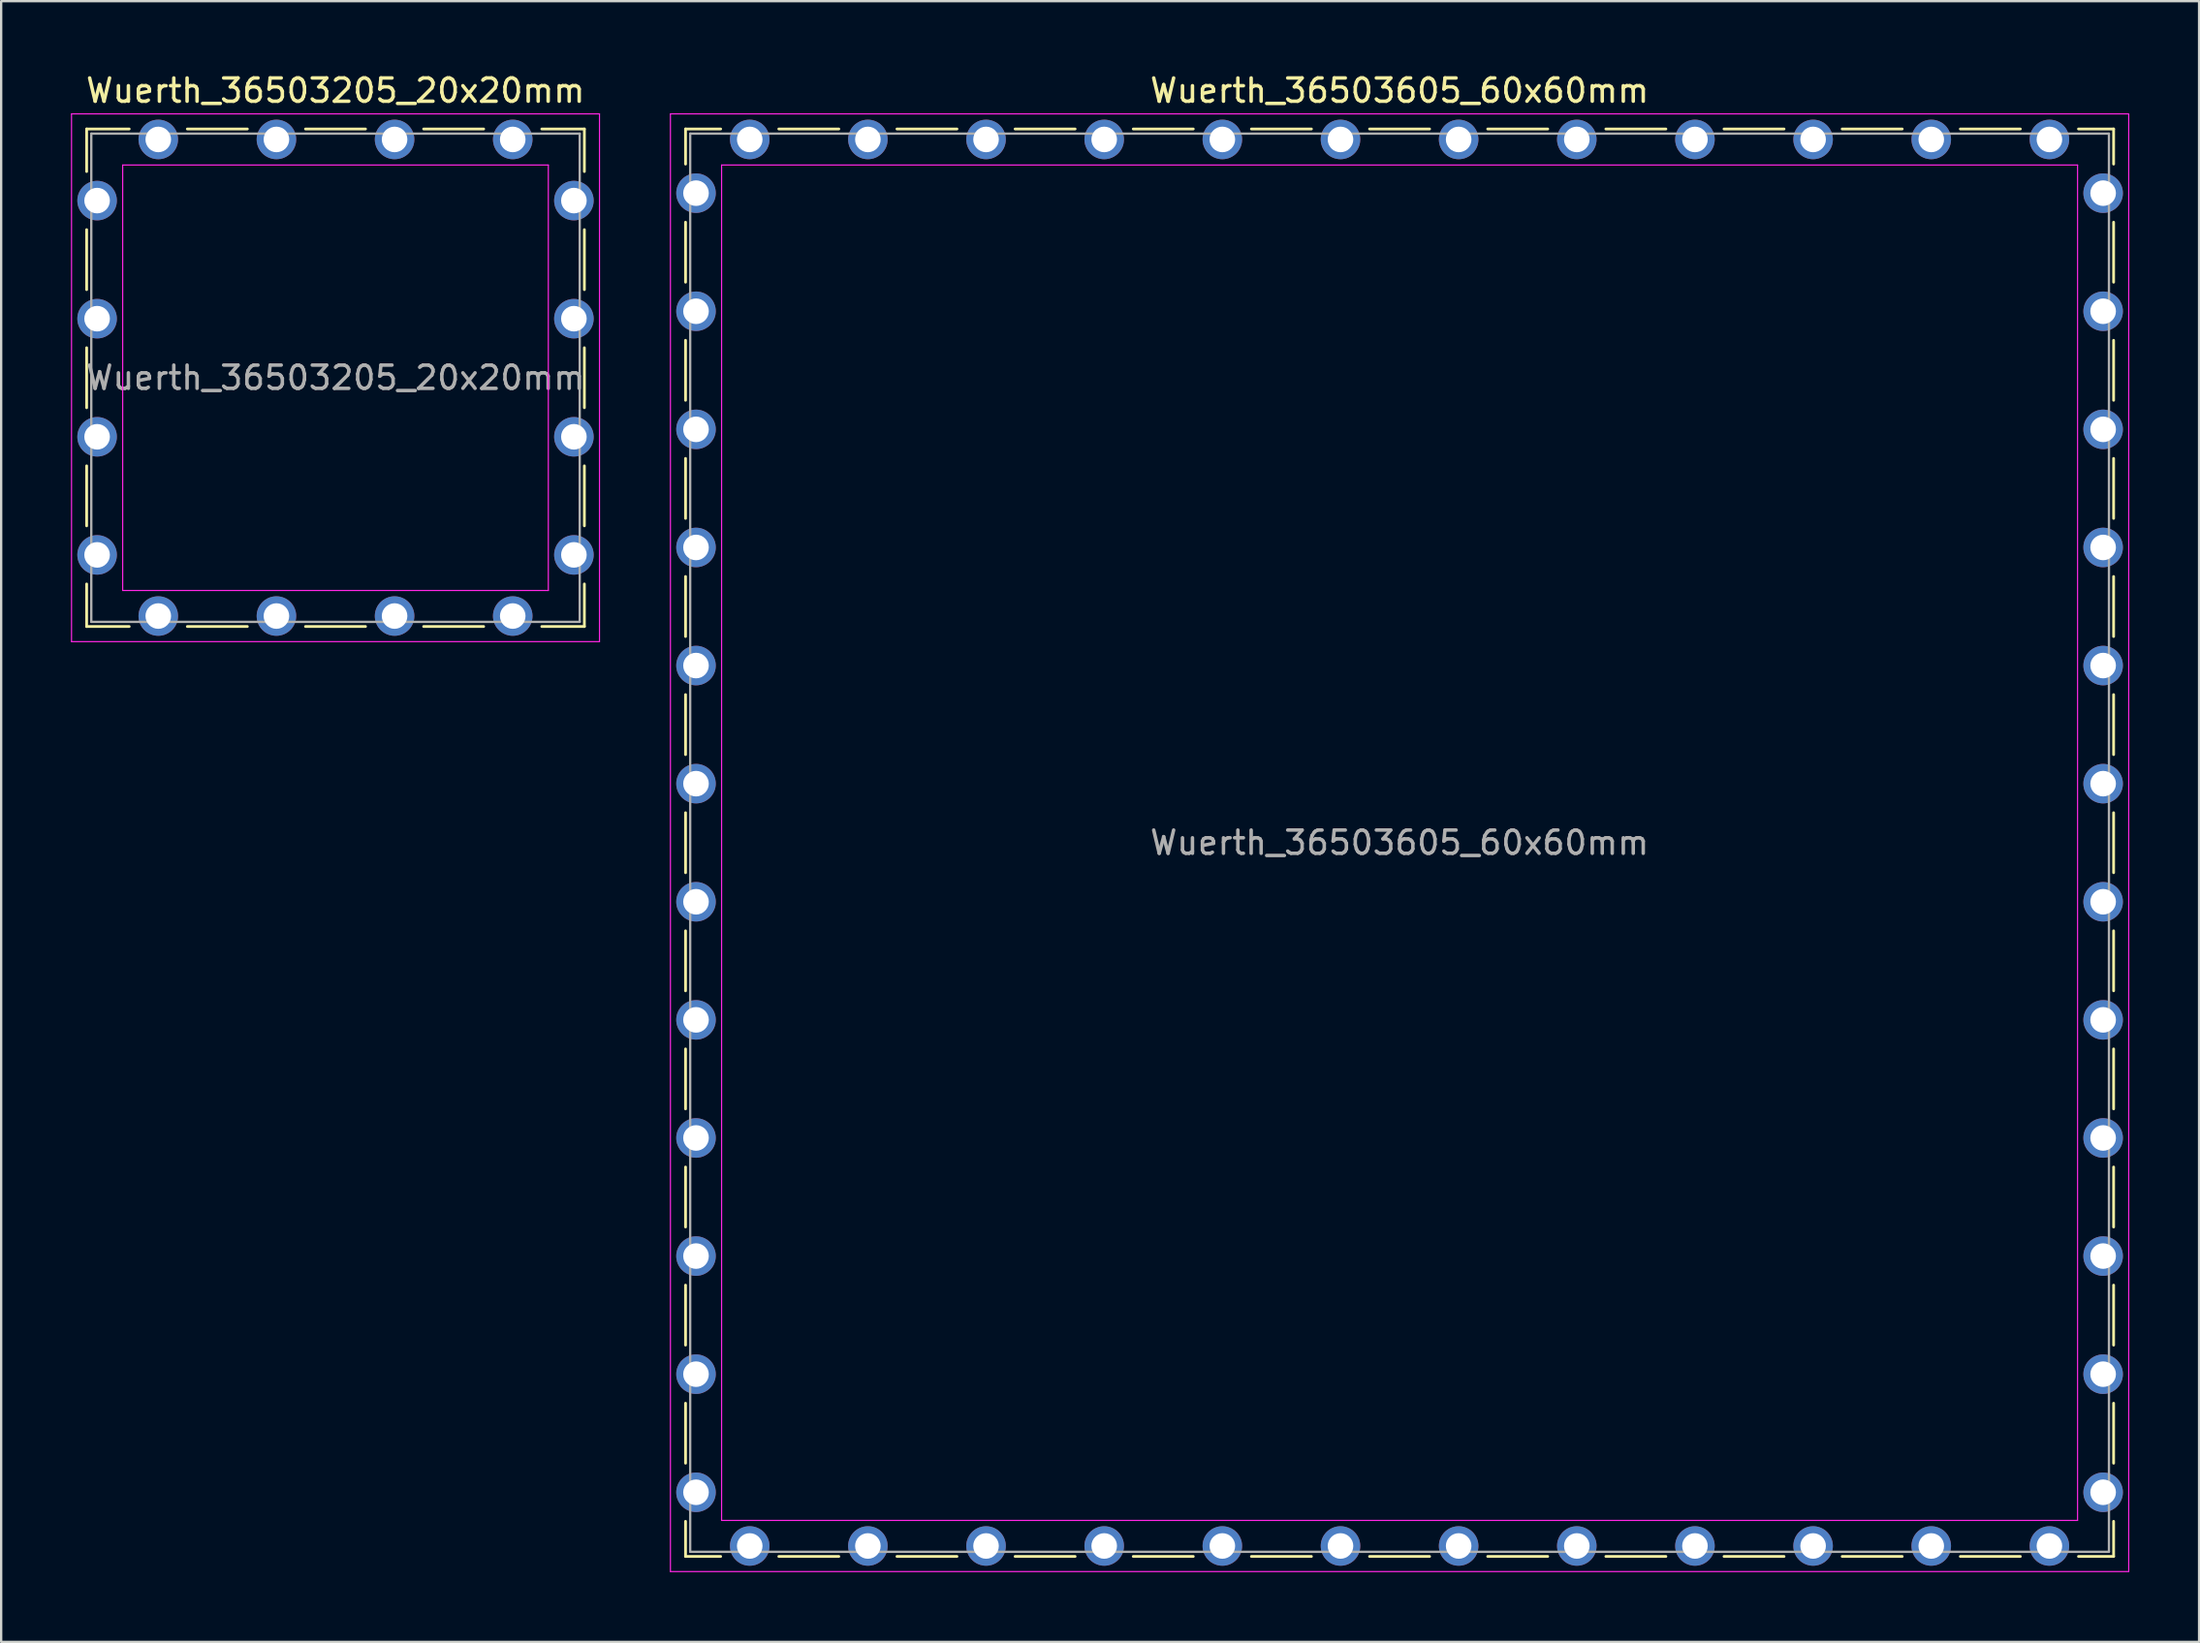
<source format=kicad_pcb>
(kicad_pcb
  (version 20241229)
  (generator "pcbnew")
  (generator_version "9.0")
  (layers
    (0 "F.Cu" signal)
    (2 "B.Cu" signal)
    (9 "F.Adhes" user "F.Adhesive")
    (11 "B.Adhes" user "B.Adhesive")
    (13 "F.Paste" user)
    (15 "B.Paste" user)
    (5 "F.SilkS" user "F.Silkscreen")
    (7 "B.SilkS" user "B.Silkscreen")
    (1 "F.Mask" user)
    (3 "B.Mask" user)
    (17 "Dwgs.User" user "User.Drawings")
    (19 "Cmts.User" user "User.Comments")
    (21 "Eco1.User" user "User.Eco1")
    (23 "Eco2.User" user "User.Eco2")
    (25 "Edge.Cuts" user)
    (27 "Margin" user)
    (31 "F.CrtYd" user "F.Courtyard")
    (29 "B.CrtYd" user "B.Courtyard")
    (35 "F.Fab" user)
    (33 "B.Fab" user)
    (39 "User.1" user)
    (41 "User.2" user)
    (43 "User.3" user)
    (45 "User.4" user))
  (footprint "Wuerth_36503205_20x20mm"
    (layer "F.Cu")
    (at 11.375 13.198)
    (property "Reference" "Wuerth_36503205_20x20mm" (at 0 -12.35 0) (layer "F.SilkS") (effects (font (size 1 1) (thickness 0.15))))
    (attr through_hole)
    (fp_line (start -10.7 -10.7) (end -8.87 -10.7) (stroke (width 0.12) (type solid)) (layer "F.SilkS"))
    (fp_line (start -10.7 -8.87) (end -10.7 -10.7) (stroke (width 0.12) (type solid)) (layer "F.SilkS"))
    (fp_line (start -10.7 -3.79) (end -10.7 -6.37) (stroke (width 0.12) (type solid)) (layer "F.SilkS"))
    (fp_line (start -10.7 -1.29) (end -10.7 1.29) (stroke (width 0.12) (type solid)) (layer "F.SilkS"))
    (fp_line (start -10.7 3.79) (end -10.7 6.37) (stroke (width 0.12) (type solid)) (layer "F.SilkS"))
    (fp_line (start -10.7 8.87) (end -10.7 10.7) (stroke (width 0.12) (type solid)) (layer "F.SilkS"))
    (fp_line (start -10.7 10.7) (end -8.87 10.7) (stroke (width 0.12) (type solid)) (layer "F.SilkS"))
    (fp_line (start -3.79 -10.7) (end -6.37 -10.7) (stroke (width 0.12) (type solid)) (layer "F.SilkS"))
    (fp_line (start -3.79 10.7) (end -6.37 10.7) (stroke (width 0.12) (type solid)) (layer "F.SilkS"))
    (fp_line (start 1.29 -10.7) (end -1.29 -10.7) (stroke (width 0.12) (type solid)) (layer "F.SilkS"))
    (fp_line (start 1.29 10.7) (end -1.29 10.7) (stroke (width 0.12) (type solid)) (layer "F.SilkS"))
    (fp_line (start 3.79 -10.7) (end 6.37 -10.7) (stroke (width 0.12) (type solid)) (layer "F.SilkS"))
    (fp_line (start 3.79 10.7) (end 6.37 10.7) (stroke (width 0.12) (type solid)) (layer "F.SilkS"))
    (fp_line (start 10.7 -10.7) (end 8.87 -10.7) (stroke (width 0.12) (type solid)) (layer "F.SilkS"))
    (fp_line (start 10.7 -8.87) (end 10.7 -10.7) (stroke (width 0.12) (type solid)) (layer "F.SilkS"))
    (fp_line (start 10.7 -3.79) (end 10.7 -6.37) (stroke (width 0.12) (type solid)) (layer "F.SilkS"))
    (fp_line (start 10.7 1.29) (end 10.7 -1.29) (stroke (width 0.12) (type solid)) (layer "F.SilkS"))
    (fp_line (start 10.7 3.79) (end 10.7 6.37) (stroke (width 0.12) (type solid)) (layer "F.SilkS"))
    (fp_line (start 10.7 8.87) (end 10.7 10.7) (stroke (width 0.12) (type solid)) (layer "F.SilkS"))
    (fp_line (start 10.7 10.7) (end 8.87 10.7) (stroke (width 0.12) (type solid)) (layer "F.SilkS"))
    (fp_line (start -11.35 -11.35) (end -11.35 11.35) (stroke (width 0.05) (type solid)) (layer "F.CrtYd"))
    (fp_line (start -11.35 11.35) (end 11.35 11.35) (stroke (width 0.05) (type solid)) (layer "F.CrtYd"))
    (fp_line (start -9.15 -9.15) (end -9.15 9.15) (stroke (width 0.05) (type solid)) (layer "F.CrtYd"))
    (fp_line (start -9.15 9.15) (end 9.15 9.15) (stroke (width 0.05) (type solid)) (layer "F.CrtYd"))
    (fp_line (start 9.15 -9.15) (end -9.15 -9.15) (stroke (width 0.05) (type solid)) (layer "F.CrtYd"))
    (fp_line (start 9.15 9.15) (end 9.15 -9.15) (stroke (width 0.05) (type solid)) (layer "F.CrtYd"))
    (fp_line (start 11.35 -11.35) (end -11.35 -11.35) (stroke (width 0.05) (type solid)) (layer "F.CrtYd"))
    (fp_line (start 11.35 11.35) (end 11.35 -11.35) (stroke (width 0.05) (type solid)) (layer "F.CrtYd"))
    (fp_line (start -10.5 -10.5) (end -10.5 10.5) (stroke (width 0.1) (type solid)) (layer "F.Fab"))
    (fp_line (start -10.5 10.5) (end 10.5 10.5) (stroke (width 0.1) (type solid)) (layer "F.Fab"))
    (fp_line (start 10.5 -10.5) (end -10.5 -10.5) (stroke (width 0.1) (type solid)) (layer "F.Fab"))
    (fp_line (start 10.5 10.5) (end 10.5 -10.5) (stroke (width 0.1) (type solid)) (layer "F.Fab"))
    (fp_text user "${REFERENCE}" (at 0 0 0) (layer "F.Fab") (effects (font (size 1 1) (thickness 0.15))))
    (pad "1" thru_hole circle (at -10.25 -7.62) (size 1.7 1.7) (drill 1.1) (layers "*.Cu" "*.Mask"))
    (pad "1" thru_hole circle (at -10.25 -2.54) (size 1.7 1.7) (drill 1.1) (layers "*.Cu" "*.Mask"))
    (pad "1" thru_hole circle (at -10.25 2.54) (size 1.7 1.7) (drill 1.1) (layers "*.Cu" "*.Mask"))
    (pad "1" thru_hole circle (at -10.25 7.62) (size 1.7 1.7) (drill 1.1) (layers "*.Cu" "*.Mask"))
    (pad "1" thru_hole circle (at -7.62 -10.25) (size 1.7 1.7) (drill 1.1) (layers "*.Cu" "*.Mask"))
    (pad "1" thru_hole circle (at -7.62 10.25) (size 1.7 1.7) (drill 1.1) (layers "*.Cu" "*.Mask"))
    (pad "1" thru_hole circle (at -2.54 -10.25) (size 1.7 1.7) (drill 1.1) (layers "*.Cu" "*.Mask"))
    (pad "1" thru_hole circle (at -2.54 10.25) (size 1.7 1.7) (drill 1.1) (layers "*.Cu" "*.Mask"))
    (pad "1" thru_hole circle (at 2.54 -10.25) (size 1.7 1.7) (drill 1.1) (layers "*.Cu" "*.Mask"))
    (pad "1" thru_hole circle (at 2.54 10.25) (size 1.7 1.7) (drill 1.1) (layers "*.Cu" "*.Mask"))
    (pad "1" thru_hole circle (at 7.62 -10.25) (size 1.7 1.7) (drill 1.1) (layers "*.Cu" "*.Mask"))
    (pad "1" thru_hole circle (at 7.62 10.25) (size 1.7 1.7) (drill 1.1) (layers "*.Cu" "*.Mask"))
    (pad "1" thru_hole circle (at 10.25 -7.62) (size 1.7 1.7) (drill 1.1) (layers "*.Cu" "*.Mask"))
    (pad "1" thru_hole circle (at 10.25 -2.54) (size 1.7 1.7) (drill 1.1) (layers "*.Cu" "*.Mask"))
    (pad "1" thru_hole circle (at 10.25 2.54) (size 1.7 1.7) (drill 1.1) (layers "*.Cu" "*.Mask"))
    (pad "1" thru_hole circle (at 10.25 7.62) (size 1.7 1.7) (drill 1.1) (layers "*.Cu" "*.Mask")))
  (footprint "Wuerth_36503605_60x60mm"
    (layer "F.Cu")
    (at 57.125 33.198)
    (property "Reference" "Wuerth_36503605_60x60mm" (at 0 -32.35 0) (layer "F.SilkS") (effects (font (size 1 1) (thickness 0.15))))
    (attr through_hole)
    (fp_line (start -30.7 -30.7) (end -29.19 -30.7) (stroke (width 0.12) (type solid)) (layer "F.SilkS"))
    (fp_line (start -30.7 -29.19) (end -30.7 -30.7) (stroke (width 0.12) (type solid)) (layer "F.SilkS"))
    (fp_line (start -30.7 -24.11) (end -30.7 -26.69) (stroke (width 0.12) (type solid)) (layer "F.SilkS"))
    (fp_line (start -30.7 -19.03) (end -30.7 -21.61) (stroke (width 0.12) (type solid)) (layer "F.SilkS"))
    (fp_line (start -30.7 -13.95) (end -30.7 -16.53) (stroke (width 0.12) (type solid)) (layer "F.SilkS"))
    (fp_line (start -30.7 -8.87) (end -30.7 -11.45) (stroke (width 0.12) (type solid)) (layer "F.SilkS"))
    (fp_line (start -30.7 -3.79) (end -30.7 -6.37) (stroke (width 0.12) (type solid)) (layer "F.SilkS"))
    (fp_line (start -30.7 -1.29) (end -30.7 1.29) (stroke (width 0.12) (type solid)) (layer "F.SilkS"))
    (fp_line (start -30.7 3.79) (end -30.7 6.37) (stroke (width 0.12) (type solid)) (layer "F.SilkS"))
    (fp_line (start -30.7 8.87) (end -30.7 11.45) (stroke (width 0.12) (type solid)) (layer "F.SilkS"))
    (fp_line (start -30.7 13.95) (end -30.7 16.53) (stroke (width 0.12) (type solid)) (layer "F.SilkS"))
    (fp_line (start -30.7 19.03) (end -30.7 21.61) (stroke (width 0.12) (type solid)) (layer "F.SilkS"))
    (fp_line (start -30.7 24.11) (end -30.7 26.69) (stroke (width 0.12) (type solid)) (layer "F.SilkS"))
    (fp_line (start -30.7 29.19) (end -30.7 30.7) (stroke (width 0.12) (type solid)) (layer "F.SilkS"))
    (fp_line (start -30.7 30.7) (end -29.19 30.7) (stroke (width 0.12) (type solid)) (layer "F.SilkS"))
    (fp_line (start -24.11 -30.7) (end -26.69 -30.7) (stroke (width 0.12) (type solid)) (layer "F.SilkS"))
    (fp_line (start -24.11 30.7) (end -26.69 30.7) (stroke (width 0.12) (type solid)) (layer "F.SilkS"))
    (fp_line (start -19.03 -30.7) (end -21.61 -30.7) (stroke (width 0.12) (type solid)) (layer "F.SilkS"))
    (fp_line (start -19.03 30.7) (end -21.61 30.7) (stroke (width 0.12) (type solid)) (layer "F.SilkS"))
    (fp_line (start -13.95 -30.7) (end -16.53 -30.7) (stroke (width 0.12) (type solid)) (layer "F.SilkS"))
    (fp_line (start -13.95 30.7) (end -16.53 30.7) (stroke (width 0.12) (type solid)) (layer "F.SilkS"))
    (fp_line (start -8.87 -30.7) (end -11.45 -30.7) (stroke (width 0.12) (type solid)) (layer "F.SilkS"))
    (fp_line (start -8.87 30.7) (end -11.45 30.7) (stroke (width 0.12) (type solid)) (layer "F.SilkS"))
    (fp_line (start -3.79 -30.7) (end -6.37 -30.7) (stroke (width 0.12) (type solid)) (layer "F.SilkS"))
    (fp_line (start -3.79 30.7) (end -6.37 30.7) (stroke (width 0.12) (type solid)) (layer "F.SilkS"))
    (fp_line (start 1.29 -30.7) (end -1.29 -30.7) (stroke (width 0.12) (type solid)) (layer "F.SilkS"))
    (fp_line (start 1.29 30.7) (end -1.29 30.7) (stroke (width 0.12) (type solid)) (layer "F.SilkS"))
    (fp_line (start 3.79 -30.7) (end 6.37 -30.7) (stroke (width 0.12) (type solid)) (layer "F.SilkS"))
    (fp_line (start 3.79 30.7) (end 6.37 30.7) (stroke (width 0.12) (type solid)) (layer "F.SilkS"))
    (fp_line (start 8.87 -30.7) (end 11.45 -30.7) (stroke (width 0.12) (type solid)) (layer "F.SilkS"))
    (fp_line (start 8.87 30.7) (end 11.45 30.7) (stroke (width 0.12) (type solid)) (layer "F.SilkS"))
    (fp_line (start 13.95 -30.7) (end 16.53 -30.7) (stroke (width 0.12) (type solid)) (layer "F.SilkS"))
    (fp_line (start 13.95 30.7) (end 16.53 30.7) (stroke (width 0.12) (type solid)) (layer "F.SilkS"))
    (fp_line (start 19.03 -30.7) (end 21.61 -30.7) (stroke (width 0.12) (type solid)) (layer "F.SilkS"))
    (fp_line (start 19.03 30.7) (end 21.61 30.7) (stroke (width 0.12) (type solid)) (layer "F.SilkS"))
    (fp_line (start 24.11 -30.7) (end 26.69 -30.7) (stroke (width 0.12) (type solid)) (layer "F.SilkS"))
    (fp_line (start 24.11 30.7) (end 26.69 30.7) (stroke (width 0.12) (type solid)) (layer "F.SilkS"))
    (fp_line (start 30.7 -30.7) (end 29.19 -30.7) (stroke (width 0.12) (type solid)) (layer "F.SilkS"))
    (fp_line (start 30.7 -29.19) (end 30.7 -30.7) (stroke (width 0.12) (type solid)) (layer "F.SilkS"))
    (fp_line (start 30.7 -24.11) (end 30.7 -26.69) (stroke (width 0.12) (type solid)) (layer "F.SilkS"))
    (fp_line (start 30.7 -19.03) (end 30.7 -21.61) (stroke (width 0.12) (type solid)) (layer "F.SilkS"))
    (fp_line (start 30.7 -13.95) (end 30.7 -16.53) (stroke (width 0.12) (type solid)) (layer "F.SilkS"))
    (fp_line (start 30.7 -8.87) (end 30.7 -11.45) (stroke (width 0.12) (type solid)) (layer "F.SilkS"))
    (fp_line (start 30.7 -3.79) (end 30.7 -6.37) (stroke (width 0.12) (type solid)) (layer "F.SilkS"))
    (fp_line (start 30.7 1.29) (end 30.7 -1.29) (stroke (width 0.12) (type solid)) (layer "F.SilkS"))
    (fp_line (start 30.7 3.79) (end 30.7 6.37) (stroke (width 0.12) (type solid)) (layer "F.SilkS"))
    (fp_line (start 30.7 8.87) (end 30.7 11.45) (stroke (width 0.12) (type solid)) (layer "F.SilkS"))
    (fp_line (start 30.7 13.95) (end 30.7 16.53) (stroke (width 0.12) (type solid)) (layer "F.SilkS"))
    (fp_line (start 30.7 19.03) (end 30.7 21.61) (stroke (width 0.12) (type solid)) (layer "F.SilkS"))
    (fp_line (start 30.7 24.11) (end 30.7 26.69) (stroke (width 0.12) (type solid)) (layer "F.SilkS"))
    (fp_line (start 30.7 29.19) (end 30.7 30.7) (stroke (width 0.12) (type solid)) (layer "F.SilkS"))
    (fp_line (start 30.7 30.7) (end 29.19 30.7) (stroke (width 0.12) (type solid)) (layer "F.SilkS"))
    (fp_line (start -31.35 -31.35) (end -31.35 31.35) (stroke (width 0.05) (type solid)) (layer "F.CrtYd"))
    (fp_line (start -31.35 31.35) (end 31.35 31.35) (stroke (width 0.05) (type solid)) (layer "F.CrtYd"))
    (fp_line (start -29.15 -29.15) (end -29.15 29.15) (stroke (width 0.05) (type solid)) (layer "F.CrtYd"))
    (fp_line (start -29.15 29.15) (end 29.15 29.15) (stroke (width 0.05) (type solid)) (layer "F.CrtYd"))
    (fp_line (start 29.15 -29.15) (end -29.15 -29.15) (stroke (width 0.05) (type solid)) (layer "F.CrtYd"))
    (fp_line (start 29.15 29.15) (end 29.15 -29.15) (stroke (width 0.05) (type solid)) (layer "F.CrtYd"))
    (fp_line (start 31.35 -31.35) (end -31.35 -31.35) (stroke (width 0.05) (type solid)) (layer "F.CrtYd"))
    (fp_line (start 31.35 31.35) (end 31.35 -31.35) (stroke (width 0.05) (type solid)) (layer "F.CrtYd"))
    (fp_line (start -30.5 -30.5) (end -30.5 30.5) (stroke (width 0.1) (type solid)) (layer "F.Fab"))
    (fp_line (start -30.5 30.5) (end 30.5 30.5) (stroke (width 0.1) (type solid)) (layer "F.Fab"))
    (fp_line (start 30.5 -30.5) (end -30.5 -30.5) (stroke (width 0.1) (type solid)) (layer "F.Fab"))
    (fp_line (start 30.5 30.5) (end 30.5 -30.5) (stroke (width 0.1) (type solid)) (layer "F.Fab"))
    (fp_text user "${REFERENCE}" (at 0 0 0) (layer "F.Fab") (effects (font (size 1 1) (thickness 0.15))))
    (pad "1" thru_hole circle (at -30.25 -27.94) (size 1.7 1.7) (drill 1.1) (layers "*.Cu" "*.Mask"))
    (pad "1" thru_hole circle (at -30.25 -22.86) (size 1.7 1.7) (drill 1.1) (layers "*.Cu" "*.Mask"))
    (pad "1" thru_hole circle (at -30.25 -17.78) (size 1.7 1.7) (drill 1.1) (layers "*.Cu" "*.Mask"))
    (pad "1" thru_hole circle (at -30.25 -12.7) (size 1.7 1.7) (drill 1.1) (layers "*.Cu" "*.Mask"))
    (pad "1" thru_hole circle (at -30.25 -7.62) (size 1.7 1.7) (drill 1.1) (layers "*.Cu" "*.Mask"))
    (pad "1" thru_hole circle (at -30.25 -2.54) (size 1.7 1.7) (drill 1.1) (layers "*.Cu" "*.Mask"))
    (pad "1" thru_hole circle (at -30.25 2.54) (size 1.7 1.7) (drill 1.1) (layers "*.Cu" "*.Mask"))
    (pad "1" thru_hole circle (at -30.25 7.62) (size 1.7 1.7) (drill 1.1) (layers "*.Cu" "*.Mask"))
    (pad "1" thru_hole circle (at -30.25 12.7) (size 1.7 1.7) (drill 1.1) (layers "*.Cu" "*.Mask"))
    (pad "1" thru_hole circle (at -30.25 17.78) (size 1.7 1.7) (drill 1.1) (layers "*.Cu" "*.Mask"))
    (pad "1" thru_hole circle (at -30.25 22.86) (size 1.7 1.7) (drill 1.1) (layers "*.Cu" "*.Mask"))
    (pad "1" thru_hole circle (at -30.25 27.94) (size 1.7 1.7) (drill 1.1) (layers "*.Cu" "*.Mask"))
    (pad "1" thru_hole circle (at -27.94 -30.25) (size 1.7 1.7) (drill 1.1) (layers "*.Cu" "*.Mask"))
    (pad "1" thru_hole circle (at -27.94 30.25) (size 1.7 1.7) (drill 1.1) (layers "*.Cu" "*.Mask"))
    (pad "1" thru_hole circle (at -22.86 -30.25) (size 1.7 1.7) (drill 1.1) (layers "*.Cu" "*.Mask"))
    (pad "1" thru_hole circle (at -22.86 30.25) (size 1.7 1.7) (drill 1.1) (layers "*.Cu" "*.Mask"))
    (pad "1" thru_hole circle (at -17.78 -30.25) (size 1.7 1.7) (drill 1.1) (layers "*.Cu" "*.Mask"))
    (pad "1" thru_hole circle (at -17.78 30.25) (size 1.7 1.7) (drill 1.1) (layers "*.Cu" "*.Mask"))
    (pad "1" thru_hole circle (at -12.7 -30.25) (size 1.7 1.7) (drill 1.1) (layers "*.Cu" "*.Mask"))
    (pad "1" thru_hole circle (at -12.7 30.25) (size 1.7 1.7) (drill 1.1) (layers "*.Cu" "*.Mask"))
    (pad "1" thru_hole circle (at -7.62 -30.25) (size 1.7 1.7) (drill 1.1) (layers "*.Cu" "*.Mask"))
    (pad "1" thru_hole circle (at -7.62 30.25) (size 1.7 1.7) (drill 1.1) (layers "*.Cu" "*.Mask"))
    (pad "1" thru_hole circle (at -2.54 -30.25) (size 1.7 1.7) (drill 1.1) (layers "*.Cu" "*.Mask"))
    (pad "1" thru_hole circle (at -2.54 30.25) (size 1.7 1.7) (drill 1.1) (layers "*.Cu" "*.Mask"))
    (pad "1" thru_hole circle (at 2.54 -30.25) (size 1.7 1.7) (drill 1.1) (layers "*.Cu" "*.Mask"))
    (pad "1" thru_hole circle (at 2.54 30.25) (size 1.7 1.7) (drill 1.1) (layers "*.Cu" "*.Mask"))
    (pad "1" thru_hole circle (at 7.62 -30.25) (size 1.7 1.7) (drill 1.1) (layers "*.Cu" "*.Mask"))
    (pad "1" thru_hole circle (at 7.62 30.25) (size 1.7 1.7) (drill 1.1) (layers "*.Cu" "*.Mask"))
    (pad "1" thru_hole circle (at 12.7 -30.25) (size 1.7 1.7) (drill 1.1) (layers "*.Cu" "*.Mask"))
    (pad "1" thru_hole circle (at 12.7 30.25) (size 1.7 1.7) (drill 1.1) (layers "*.Cu" "*.Mask"))
    (pad "1" thru_hole circle (at 17.78 -30.25) (size 1.7 1.7) (drill 1.1) (layers "*.Cu" "*.Mask"))
    (pad "1" thru_hole circle (at 17.78 30.25) (size 1.7 1.7) (drill 1.1) (layers "*.Cu" "*.Mask"))
    (pad "1" thru_hole circle (at 22.86 -30.25) (size 1.7 1.7) (drill 1.1) (layers "*.Cu" "*.Mask"))
    (pad "1" thru_hole circle (at 22.86 30.25) (size 1.7 1.7) (drill 1.1) (layers "*.Cu" "*.Mask"))
    (pad "1" thru_hole circle (at 27.94 -30.25) (size 1.7 1.7) (drill 1.1) (layers "*.Cu" "*.Mask"))
    (pad "1" thru_hole circle (at 27.94 30.25) (size 1.7 1.7) (drill 1.1) (layers "*.Cu" "*.Mask"))
    (pad "1" thru_hole circle (at 30.25 -27.94) (size 1.7 1.7) (drill 1.1) (layers "*.Cu" "*.Mask"))
    (pad "1" thru_hole circle (at 30.25 -22.86) (size 1.7 1.7) (drill 1.1) (layers "*.Cu" "*.Mask"))
    (pad "1" thru_hole circle (at 30.25 -17.78) (size 1.7 1.7) (drill 1.1) (layers "*.Cu" "*.Mask"))
    (pad "1" thru_hole circle (at 30.25 -12.7) (size 1.7 1.7) (drill 1.1) (layers "*.Cu" "*.Mask"))
    (pad "1" thru_hole circle (at 30.25 -7.62) (size 1.7 1.7) (drill 1.1) (layers "*.Cu" "*.Mask"))
    (pad "1" thru_hole circle (at 30.25 -2.54) (size 1.7 1.7) (drill 1.1) (layers "*.Cu" "*.Mask"))
    (pad "1" thru_hole circle (at 30.25 2.54) (size 1.7 1.7) (drill 1.1) (layers "*.Cu" "*.Mask"))
    (pad "1" thru_hole circle (at 30.25 7.62) (size 1.7 1.7) (drill 1.1) (layers "*.Cu" "*.Mask"))
    (pad "1" thru_hole circle (at 30.25 12.7) (size 1.7 1.7) (drill 1.1) (layers "*.Cu" "*.Mask"))
    (pad "1" thru_hole circle (at 30.25 17.78) (size 1.7 1.7) (drill 1.1) (layers "*.Cu" "*.Mask"))
    (pad "1" thru_hole circle (at 30.25 22.86) (size 1.7 1.7) (drill 1.1) (layers "*.Cu" "*.Mask"))
    (pad "1" thru_hole circle (at 30.25 27.94) (size 1.7 1.7) (drill 1.1) (layers "*.Cu" "*.Mask")))
  (gr_rect
    (start -3 -3)
    (end 91.5 67.573)
    (stroke (width 0.1) (type default))
    (fill no)
    (layer "Edge.Cuts")))
</source>
